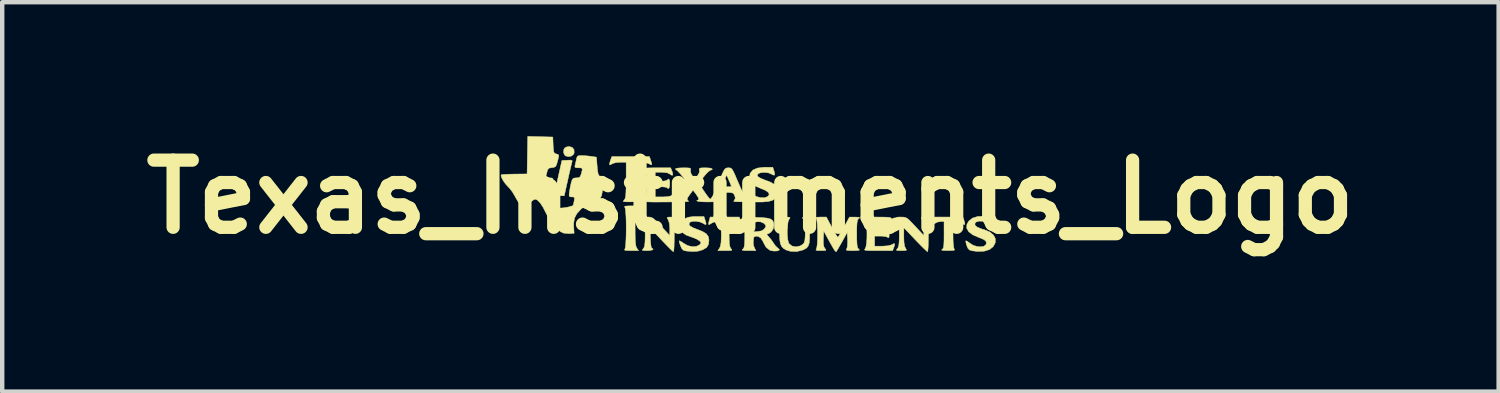
<source format=kicad_pcb>
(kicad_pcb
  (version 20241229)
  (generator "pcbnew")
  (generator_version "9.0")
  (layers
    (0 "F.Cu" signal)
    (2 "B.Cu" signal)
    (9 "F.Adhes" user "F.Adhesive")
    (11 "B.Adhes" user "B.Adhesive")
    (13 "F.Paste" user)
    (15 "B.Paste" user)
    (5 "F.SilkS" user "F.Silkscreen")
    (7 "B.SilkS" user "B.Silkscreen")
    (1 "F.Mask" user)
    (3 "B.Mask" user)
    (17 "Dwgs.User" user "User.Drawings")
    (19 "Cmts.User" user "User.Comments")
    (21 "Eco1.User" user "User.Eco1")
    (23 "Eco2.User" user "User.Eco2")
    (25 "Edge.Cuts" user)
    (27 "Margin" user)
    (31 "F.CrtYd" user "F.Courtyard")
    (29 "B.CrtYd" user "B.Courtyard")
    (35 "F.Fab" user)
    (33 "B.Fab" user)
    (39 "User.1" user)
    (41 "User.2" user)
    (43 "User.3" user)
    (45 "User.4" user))
  (footprint "Texas_Instruments_Logo"
    (layer "F.Cu")
    (at 13.977 1.418)
    (property "Reference" "Texas_Instruments_Logo" (at 0 0 0) (layer "F.SilkS") (effects (font (size 1.524 1.524) (thickness 0.3))))
    (attr through_hole)
    (fp_poly (pts (xy -4.041 -1.122) (xy -4.002 -1.07) (xy -3.999 -1) (xy -4.011 -0.968) (xy -4.059 -0.928) (xy -4.127 -0.914) (xy -4.192 -0.93) (xy -4.211 -0.945) (xy -4.239 -1.003) (xy -4.235 -1.072) (xy -4.211 -1.113) (xy -4.165 -1.135) (xy -4.109 -1.143) (xy -4.041 -1.122)) (stroke (width 0.01) (type solid)) (fill yes) (layer "F.SilkS"))
    (fp_poly (pts (xy -4.046 -0.825) (xy -4.044 -0.808) (xy -4.054 -0.772) (xy -4.072 -0.697) (xy -4.097 -0.591) (xy -4.126 -0.464) (xy -4.14 -0.4) (xy -4.224 -0.025) (xy -4.334 -0.025) (xy -4.412 -0.032) (xy -4.443 -0.052) (xy -4.444 -0.057) (xy -4.438 -0.092) (xy -4.423 -0.167) (xy -4.401 -0.272) (xy -4.373 -0.398) (xy -4.36 -0.457) (xy -4.277 -0.826) (xy -4.155 -0.833) (xy -4.079 -0.835) (xy -4.046 -0.825)) (stroke (width 0.01) (type solid)) (fill yes) (layer "F.SilkS"))
    (fp_poly (pts (xy -2.577 0.26) (xy -2.592 0.292) (xy -2.604 0.343) (xy -2.611 0.419) (xy -2.615 0.529) (xy -2.616 0.68) (xy -2.616 0.711) (xy -2.615 0.871) (xy -2.612 0.987) (xy -2.605 1.069) (xy -2.595 1.123) (xy -2.58 1.158) (xy -2.577 1.163) (xy -2.537 1.219) (xy -2.709 1.219) (xy -2.8 1.217) (xy -2.847 1.211) (xy -2.856 1.198) (xy -2.85 1.189) (xy -2.838 1.152) (xy -2.829 1.075) (xy -2.823 0.968) (xy -2.819 0.84) (xy -2.818 0.703) (xy -2.819 0.567) (xy -2.823 0.441) (xy -2.83 0.337) (xy -2.839 0.264) (xy -2.85 0.234) (xy -2.856 0.217) (xy -2.827 0.208) (xy -2.758 0.204) (xy -2.709 0.203) (xy -2.537 0.203) (xy -2.577 0.26)) (stroke (width 0.01) (type solid)) (fill yes) (layer "F.SilkS"))
    (fp_poly (pts (xy 4.849 0.538) (xy 4.866 0.605) (xy 4.857 0.631) (xy 4.821 0.614) (xy 4.805 0.601) (xy 4.746 0.57) (xy 4.678 0.559) (xy 4.597 0.559) (xy 4.597 0.859) (xy 4.6 1.016) (xy 4.609 1.124) (xy 4.623 1.182) (xy 4.628 1.189) (xy 4.633 1.205) (xy 4.605 1.214) (xy 4.536 1.218) (xy 4.482 1.218) (xy 4.391 1.216) (xy 4.345 1.21) (xy 4.34 1.198) (xy 4.35 1.192) (xy 4.369 1.174) (xy 4.382 1.143) (xy 4.389 1.088) (xy 4.393 1.001) (xy 4.394 0.873) (xy 4.394 0.862) (xy 4.394 0.559) (xy 4.314 0.559) (xy 4.241 0.572) (xy 4.186 0.601) (xy 4.143 0.631) (xy 4.125 0.617) (xy 4.135 0.562) (xy 4.143 0.538) (xy 4.171 0.457) (xy 4.821 0.457) (xy 4.849 0.538)) (stroke (width 0.01) (type solid)) (fill yes) (layer "F.SilkS"))
    (fp_poly (pts (xy -0.228 0.522) (xy -0.206 0.592) (xy -0.212 0.621) (xy -0.245 0.612) (xy -0.266 0.6) (xy -0.339 0.569) (xy -0.406 0.559) (xy -0.483 0.559) (xy -0.483 0.843) (xy -0.481 0.974) (xy -0.476 1.065) (xy -0.466 1.124) (xy -0.449 1.162) (xy -0.441 1.173) (xy -0.421 1.197) (xy -0.425 1.211) (xy -0.46 1.217) (xy -0.535 1.219) (xy -0.569 1.219) (xy -0.739 1.219) (xy -0.7 1.163) (xy -0.679 1.114) (xy -0.666 1.035) (xy -0.661 0.917) (xy -0.66 0.873) (xy -0.662 0.765) (xy -0.666 0.674) (xy -0.673 0.613) (xy -0.676 0.599) (xy -0.712 0.568) (xy -0.775 0.561) (xy -0.847 0.578) (xy -0.885 0.599) (xy -0.932 0.628) (xy -0.95 0.622) (xy -0.945 0.577) (xy -0.935 0.54) (xy -0.913 0.457) (xy -0.253 0.457) (xy -0.228 0.522)) (stroke (width 0.01) (type solid)) (fill yes) (layer "F.SilkS"))
    (fp_poly (pts (xy -2.263 -0.834) (xy -2.24 -0.76) (xy -2.24 -0.728) (xy -2.265 -0.731) (xy -2.292 -0.748) (xy -2.358 -0.774) (xy -2.454 -0.787) (xy -2.482 -0.787) (xy -2.616 -0.787) (xy -2.616 -0.389) (xy -2.615 -0.234) (xy -2.613 -0.121) (xy -2.607 -0.042) (xy -2.598 0.009) (xy -2.584 0.042) (xy -2.574 0.055) (xy -2.551 0.091) (xy -2.555 0.104) (xy -2.615 0.109) (xy -2.693 0.112) (xy -2.775 0.112) (xy -2.842 0.111) (xy -2.88 0.108) (xy -2.882 0.106) (xy -2.876 0.083) (xy -2.856 0.059) (xy -2.842 0.034) (xy -2.831 -0.013) (xy -2.825 -0.087) (xy -2.821 -0.197) (xy -2.819 -0.35) (xy -2.819 -0.383) (xy -2.819 -0.787) (xy -2.953 -0.787) (xy -3.054 -0.779) (xy -3.13 -0.756) (xy -3.144 -0.748) (xy -3.184 -0.726) (xy -3.198 -0.736) (xy -3.189 -0.785) (xy -3.173 -0.834) (xy -3.145 -0.914) (xy -2.718 -0.914) (xy -2.291 -0.914) (xy -2.263 -0.834)) (stroke (width 0.01) (type solid)) (fill yes) (layer "F.SilkS"))
    (fp_poly (pts (xy 0.536 -0.589) (xy 0.553 -0.519) (xy 0.543 -0.492) (xy 0.503 -0.503) (xy 0.474 -0.52) (xy 0.409 -0.546) (xy 0.329 -0.556) (xy 0.249 -0.552) (xy 0.187 -0.534) (xy 0.157 -0.502) (xy 0.157 -0.502) (xy 0.161 -0.475) (xy 0.187 -0.448) (xy 0.243 -0.418) (xy 0.336 -0.38) (xy 0.441 -0.342) (xy 0.544 -0.286) (xy 0.606 -0.206) (xy 0.621 -0.109) (xy 0.613 -0.063) (xy 0.577 0.016) (xy 0.514 0.07) (xy 0.417 0.102) (xy 0.279 0.115) (xy 0.237 0.115) (xy 0.022 0.116) (xy -0.015 0.03) (xy -0.045 -0.055) (xy -0.049 -0.098) (xy -0.023 -0.101) (xy 0.032 -0.066) (xy 0.038 -0.062) (xy 0.132 -0.009) (xy 0.235 0.018) (xy 0.329 0.017) (xy 0.394 -0.009) (xy 0.427 -0.054) (xy 0.41 -0.1) (xy 0.343 -0.148) (xy 0.226 -0.197) (xy 0.102 -0.251) (xy 0.024 -0.308) (xy -0.016 -0.377) (xy -0.025 -0.441) (xy -0.004 -0.539) (xy 0.057 -0.61) (xy 0.158 -0.654) (xy 0.303 -0.672) (xy 0.337 -0.672) (xy 0.508 -0.673) (xy 0.536 -0.589)) (stroke (width 0.01) (type solid)) (fill yes) (layer "F.SilkS"))
    (fp_poly (pts (xy 5.391 0.448) (xy 5.435 0.465) (xy 5.46 0.499) (xy 5.477 0.543) (xy 5.496 0.601) (xy 5.502 0.633) (xy 5.501 0.635) (xy 5.475 0.626) (xy 5.418 0.602) (xy 5.378 0.584) (xy 5.279 0.553) (xy 5.19 0.549) (xy 5.123 0.569) (xy 5.094 0.603) (xy 5.098 0.645) (xy 5.145 0.685) (xy 5.238 0.724) (xy 5.312 0.746) (xy 5.434 0.797) (xy 5.517 0.867) (xy 5.559 0.95) (xy 5.556 1.04) (xy 5.511 1.126) (xy 5.425 1.194) (xy 5.304 1.232) (xy 5.151 1.237) (xy 5.032 1.222) (xy 4.971 1.203) (xy 4.934 1.163) (xy 4.911 1.107) (xy 4.892 1.043) (xy 4.887 1.002) (xy 4.888 0.996) (xy 4.913 1.003) (xy 4.96 1.035) (xy 4.976 1.048) (xy 5.056 1.098) (xy 5.144 1.126) (xy 5.229 1.133) (xy 5.3 1.119) (xy 5.345 1.084) (xy 5.355 1.035) (xy 5.339 0.999) (xy 5.298 0.968) (xy 5.221 0.934) (xy 5.182 0.92) (xy 5.044 0.859) (xy 4.952 0.788) (xy 4.908 0.709) (xy 4.913 0.624) (xy 4.953 0.551) (xy 5.04 0.481) (xy 5.163 0.443) (xy 5.312 0.44) (xy 5.391 0.448)) (stroke (width 0.01) (type solid)) (fill yes) (layer "F.SilkS"))
    (fp_poly (pts (xy -1.025 0.533) (xy -1.006 0.602) (xy -1.009 0.628) (xy -1.041 0.619) (xy -1.075 0.598) (xy -1.143 0.569) (xy -1.227 0.554) (xy -1.308 0.554) (xy -1.366 0.571) (xy -1.375 0.577) (xy -1.395 0.62) (xy -1.367 0.662) (xy -1.291 0.705) (xy -1.212 0.735) (xy -1.085 0.785) (xy -1.001 0.837) (xy -0.955 0.899) (xy -0.94 0.975) (xy -0.94 0.981) (xy -0.952 1.08) (xy -0.993 1.147) (xy -1.075 1.196) (xy -1.092 1.203) (xy -1.188 1.231) (xy -1.299 1.239) (xy -1.441 1.229) (xy -1.464 1.226) (xy -1.519 1.211) (xy -1.556 1.173) (xy -1.584 1.112) (xy -1.607 1.046) (xy -1.616 1.004) (xy -1.614 0.996) (xy -1.59 1.004) (xy -1.54 1.035) (xy -1.512 1.055) (xy -1.419 1.106) (xy -1.317 1.129) (xy -1.223 1.123) (xy -1.153 1.087) (xy -1.151 1.086) (xy -1.122 1.05) (xy -1.129 1.023) (xy -1.157 0.995) (xy -1.208 0.962) (xy -1.289 0.927) (xy -1.349 0.906) (xy -1.462 0.864) (xy -1.532 0.815) (xy -1.565 0.75) (xy -1.57 0.663) (xy -1.57 0.659) (xy -1.55 0.565) (xy -1.5 0.501) (xy -1.417 0.462) (xy -1.293 0.446) (xy -1.236 0.445) (xy -1.054 0.445) (xy -1.025 0.533)) (stroke (width 0.01) (type solid)) (fill yes) (layer "F.SilkS"))
    (fp_poly (pts (xy -1.778 -0.583) (xy -1.759 -0.518) (xy -1.768 -0.489) (xy -1.804 -0.5) (xy -1.824 -0.517) (xy -1.887 -0.547) (xy -1.99 -0.558) (xy -2.015 -0.559) (xy -2.159 -0.559) (xy -2.159 -0.356) (xy -2.034 -0.356) (xy -1.958 -0.36) (xy -1.905 -0.372) (xy -1.892 -0.381) (xy -1.86 -0.405) (xy -1.853 -0.406) (xy -1.837 -0.385) (xy -1.83 -0.332) (xy -1.831 -0.269) (xy -1.84 -0.215) (xy -1.854 -0.191) (xy -1.878 -0.193) (xy -1.88 -0.202) (xy -1.903 -0.217) (xy -1.965 -0.227) (xy -2.019 -0.229) (xy -2.159 -0.229) (xy -2.159 0) (xy -1.99 0) (xy -1.879 -0.005) (xy -1.807 -0.022) (xy -1.773 -0.042) (xy -1.73 -0.072) (xy -1.712 -0.059) (xy -1.721 -0.006) (xy -1.734 0.029) (xy -1.769 0.114) (xy -2.079 0.116) (xy -2.199 0.116) (xy -2.299 0.114) (xy -2.37 0.11) (xy -2.4 0.106) (xy -2.4 0.106) (xy -2.398 0.079) (xy -2.389 0.065) (xy -2.376 0.024) (xy -2.366 -0.055) (xy -2.36 -0.159) (xy -2.358 -0.276) (xy -2.359 -0.394) (xy -2.364 -0.498) (xy -2.373 -0.578) (xy -2.386 -0.62) (xy -2.386 -0.62) (xy -2.396 -0.637) (xy -2.386 -0.649) (xy -2.351 -0.656) (xy -2.282 -0.659) (xy -2.173 -0.66) (xy -2.114 -0.66) (xy -1.81 -0.66) (xy -1.778 -0.583)) (stroke (width 0.01) (type solid)) (fill yes) (layer "F.SilkS"))
    (fp_poly (pts (xy 3.008 0.458) (xy 3.098 0.46) (xy 3.154 0.465) (xy 3.186 0.475) (xy 3.202 0.492) (xy 3.21 0.514) (xy 3.225 0.587) (xy 3.219 0.618) (xy 3.19 0.611) (xy 3.169 0.598) (xy 3.099 0.572) (xy 2.994 0.559) (xy 2.966 0.559) (xy 2.819 0.559) (xy 2.819 0.762) (xy 2.959 0.762) (xy 3.036 0.758) (xy 3.086 0.747) (xy 3.099 0.737) (xy 3.118 0.712) (xy 3.124 0.711) (xy 3.139 0.734) (xy 3.148 0.792) (xy 3.15 0.831) (xy 3.147 0.901) (xy 3.137 0.928) (xy 3.119 0.919) (xy 3.078 0.902) (xy 3.005 0.891) (xy 2.954 0.889) (xy 2.819 0.889) (xy 2.819 1.118) (xy 2.992 1.118) (xy 3.124 1.109) (xy 3.209 1.085) (xy 3.22 1.078) (xy 3.262 1.057) (xy 3.275 1.072) (xy 3.261 1.128) (xy 3.252 1.154) (xy 3.227 1.219) (xy 2.894 1.219) (xy 2.76 1.219) (xy 2.669 1.217) (xy 2.615 1.212) (xy 2.592 1.204) (xy 2.591 1.191) (xy 2.602 1.179) (xy 2.622 1.133) (xy 2.636 1.049) (xy 2.644 0.941) (xy 2.645 0.822) (xy 2.641 0.705) (xy 2.63 0.603) (xy 2.613 0.53) (xy 2.6 0.504) (xy 2.585 0.484) (xy 2.585 0.471) (xy 2.609 0.463) (xy 2.663 0.459) (xy 2.753 0.457) (xy 2.876 0.457) (xy 3.008 0.458)) (stroke (width 0.01) (type solid)) (fill yes) (layer "F.SilkS"))
    (fp_poly (pts (xy 3.474 0.458) (xy 3.517 0.466) (xy 3.557 0.487) (xy 3.606 0.527) (xy 3.671 0.594) (xy 3.739 0.666) (xy 3.935 0.876) (xy 3.936 0.723) (xy 3.928 0.603) (xy 3.903 0.522) (xy 3.897 0.514) (xy 3.877 0.481) (xy 3.88 0.464) (xy 3.917 0.458) (xy 3.99 0.457) (xy 4.066 0.458) (xy 4.1 0.465) (xy 4.1 0.481) (xy 4.081 0.504) (xy 4.063 0.531) (xy 4.051 0.574) (xy 4.044 0.641) (xy 4.04 0.741) (xy 4.039 0.881) (xy 4.039 0.897) (xy 4.037 1.023) (xy 4.034 1.129) (xy 4.028 1.205) (xy 4.022 1.242) (xy 4.02 1.244) (xy 3.996 1.226) (xy 3.945 1.178) (xy 3.872 1.106) (xy 3.784 1.016) (xy 3.741 0.971) (xy 3.482 0.699) (xy 3.481 0.902) (xy 3.485 1.029) (xy 3.498 1.114) (xy 3.519 1.163) (xy 3.54 1.196) (xy 3.536 1.212) (xy 3.499 1.218) (xy 3.427 1.219) (xy 3.351 1.218) (xy 3.317 1.212) (xy 3.317 1.196) (xy 3.336 1.173) (xy 3.355 1.142) (xy 3.368 1.093) (xy 3.375 1.017) (xy 3.378 0.904) (xy 3.378 0.838) (xy 3.377 0.705) (xy 3.372 0.614) (xy 3.362 0.554) (xy 3.346 0.516) (xy 3.336 0.504) (xy 3.315 0.476) (xy 3.321 0.462) (xy 3.363 0.457) (xy 3.419 0.457) (xy 3.474 0.458)) (stroke (width 0.01) (type solid)) (fill yes) (layer "F.SilkS"))
    (fp_poly (pts (xy -2.292 0.457) (xy -2.249 0.465) (xy -2.209 0.485) (xy -2.161 0.526) (xy -2.096 0.592) (xy -2.026 0.666) (xy -1.83 0.876) (xy -1.829 0.723) (xy -1.838 0.604) (xy -1.862 0.524) (xy -1.868 0.514) (xy -1.889 0.481) (xy -1.885 0.464) (xy -1.849 0.458) (xy -1.776 0.457) (xy -1.7 0.458) (xy -1.666 0.465) (xy -1.666 0.481) (xy -1.685 0.504) (xy -1.703 0.531) (xy -1.715 0.574) (xy -1.722 0.641) (xy -1.726 0.741) (xy -1.727 0.881) (xy -1.727 0.897) (xy -1.729 1.023) (xy -1.732 1.129) (xy -1.737 1.205) (xy -1.744 1.242) (xy -1.746 1.244) (xy -1.77 1.226) (xy -1.821 1.178) (xy -1.893 1.105) (xy -1.98 1.015) (xy -2.02 0.973) (xy -2.274 0.703) (xy -2.27 0.929) (xy -2.264 1.042) (xy -2.254 1.122) (xy -2.241 1.161) (xy -2.237 1.163) (xy -2.206 1.183) (xy -2.219 1.201) (xy -2.268 1.214) (xy -2.341 1.219) (xy -2.416 1.218) (xy -2.449 1.212) (xy -2.448 1.195) (xy -2.43 1.173) (xy -2.41 1.142) (xy -2.398 1.093) (xy -2.391 1.017) (xy -2.388 0.904) (xy -2.388 0.838) (xy -2.389 0.705) (xy -2.394 0.614) (xy -2.404 0.554) (xy -2.42 0.516) (xy -2.43 0.504) (xy -2.451 0.476) (xy -2.445 0.462) (xy -2.402 0.457) (xy -2.347 0.456) (xy -2.292 0.457)) (stroke (width 0.01) (type solid)) (fill yes) (layer "F.SilkS"))
    (fp_poly (pts (xy 1.372 0.458) (xy 1.407 0.465) (xy 1.407 0.48) (xy 1.388 0.504) (xy 1.368 0.537) (xy 1.355 0.589) (xy 1.348 0.672) (xy 1.345 0.793) (xy 1.345 0.815) (xy 1.343 0.951) (xy 1.334 1.047) (xy 1.313 1.111) (xy 1.278 1.156) (xy 1.224 1.189) (xy 1.186 1.206) (xy 1.05 1.24) (xy 0.91 1.234) (xy 0.822 1.208) (xy 0.754 1.171) (xy 0.708 1.123) (xy 0.679 1.055) (xy 0.665 0.957) (xy 0.66 0.82) (xy 0.66 0.803) (xy 0.659 0.678) (xy 0.652 0.593) (xy 0.639 0.538) (xy 0.619 0.504) (xy 0.618 0.504) (xy 0.599 0.479) (xy 0.603 0.465) (xy 0.638 0.459) (xy 0.712 0.457) (xy 0.749 0.457) (xy 0.84 0.458) (xy 0.887 0.462) (xy 0.901 0.473) (xy 0.889 0.494) (xy 0.88 0.504) (xy 0.857 0.556) (xy 0.843 0.643) (xy 0.836 0.75) (xy 0.837 0.861) (xy 0.847 0.962) (xy 0.865 1.038) (xy 0.876 1.059) (xy 0.943 1.114) (xy 1.032 1.133) (xy 1.126 1.113) (xy 1.138 1.107) (xy 1.185 1.079) (xy 1.216 1.045) (xy 1.234 0.994) (xy 1.242 0.917) (xy 1.245 0.801) (xy 1.245 0.768) (xy 1.242 0.65) (xy 1.233 0.572) (xy 1.216 0.522) (xy 1.203 0.504) (xy 1.182 0.477) (xy 1.187 0.463) (xy 1.228 0.458) (xy 1.295 0.457) (xy 1.372 0.458)) (stroke (width 0.01) (type solid)) (fill yes) (layer "F.SilkS"))
    (fp_poly (pts (xy 1.846 0.686) (xy 1.899 0.781) (xy 1.943 0.857) (xy 1.973 0.904) (xy 1.983 0.914) (xy 2.001 0.893) (xy 2.037 0.837) (xy 2.085 0.755) (xy 2.123 0.686) (xy 2.248 0.458) (xy 2.375 0.458) (xy 2.447 0.46) (xy 2.477 0.467) (xy 2.47 0.482) (xy 2.457 0.493) (xy 2.438 0.514) (xy 2.426 0.548) (xy 2.418 0.606) (xy 2.414 0.696) (xy 2.413 0.827) (xy 2.413 0.838) (xy 2.414 0.972) (xy 2.418 1.065) (xy 2.425 1.125) (xy 2.437 1.161) (xy 2.456 1.183) (xy 2.457 1.184) (xy 2.475 1.202) (xy 2.463 1.212) (xy 2.415 1.217) (xy 2.327 1.218) (xy 2.236 1.217) (xy 2.188 1.212) (xy 2.174 1.2) (xy 2.183 1.183) (xy 2.199 1.136) (xy 2.206 1.049) (xy 2.205 0.977) (xy 2.197 0.806) (xy 2.075 1.026) (xy 2.023 1.118) (xy 1.98 1.191) (xy 1.952 1.236) (xy 1.945 1.245) (xy 1.924 1.228) (xy 1.912 1.213) (xy 1.889 1.177) (xy 1.849 1.109) (xy 1.799 1.021) (xy 1.776 0.978) (xy 1.664 0.775) (xy 1.656 0.949) (xy 1.655 1.053) (xy 1.664 1.119) (xy 1.685 1.163) (xy 1.692 1.171) (xy 1.714 1.199) (xy 1.709 1.213) (xy 1.67 1.218) (xy 1.599 1.219) (xy 1.522 1.217) (xy 1.488 1.208) (xy 1.491 1.191) (xy 1.494 1.189) (xy 1.507 1.15) (xy 1.517 1.073) (xy 1.523 0.97) (xy 1.525 0.853) (xy 1.524 0.735) (xy 1.519 0.627) (xy 1.51 0.542) (xy 1.497 0.493) (xy 1.494 0.488) (xy 1.486 0.47) (xy 1.515 0.46) (xy 1.587 0.457) (xy 1.594 0.457) (xy 1.724 0.457) (xy 1.846 0.686)) (stroke (width 0.01) (type solid)) (fill yes) (layer "F.SilkS"))
    (fp_poly (pts (xy 0.059 0.462) (xy 0.105 0.463) (xy 0.264 0.469) (xy 0.379 0.481) (xy 0.457 0.502) (xy 0.504 0.535) (xy 0.527 0.584) (xy 0.533 0.65) (xy 0.533 0.651) (xy 0.516 0.727) (xy 0.471 0.794) (xy 0.412 0.834) (xy 0.385 0.838) (xy 0.374 0.852) (xy 0.404 0.893) (xy 0.418 0.908) (xy 0.475 0.974) (xy 0.52 1.041) (xy 0.523 1.046) (xy 0.568 1.11) (xy 0.614 1.154) (xy 0.651 1.186) (xy 0.659 1.204) (xy 0.608 1.226) (xy 0.532 1.229) (xy 0.454 1.214) (xy 0.439 1.208) (xy 0.358 1.144) (xy 0.318 1.076) (xy 0.281 1.002) (xy 0.243 0.942) (xy 0.236 0.934) (xy 0.185 0.899) (xy 0.129 0.89) (xy 0.086 0.906) (xy 0.073 0.933) (xy 0.068 0.996) (xy 0.064 1.035) (xy 0.071 1.1) (xy 0.091 1.155) (xy 0.124 1.219) (xy -0.046 1.218) (xy -0.134 1.217) (xy -0.179 1.211) (xy -0.188 1.201) (xy -0.171 1.184) (xy -0.152 1.163) (xy -0.14 1.128) (xy -0.132 1.07) (xy -0.128 0.98) (xy -0.127 0.85) (xy -0.127 0.838) (xy -0.127 0.787) (xy 0.048 0.787) (xy 0.151 0.787) (xy 0.253 0.77) (xy 0.305 0.737) (xy 0.347 0.685) (xy 0.348 0.645) (xy 0.308 0.599) (xy 0.307 0.599) (xy 0.234 0.566) (xy 0.161 0.563) (xy 0.1 0.572) (xy 0.07 0.592) (xy 0.059 0.641) (xy 0.056 0.679) (xy 0.048 0.787) (xy -0.127 0.787) (xy -0.128 0.704) (xy -0.132 0.611) (xy -0.139 0.551) (xy -0.152 0.515) (xy -0.17 0.492) (xy -0.171 0.491) (xy -0.184 0.477) (xy -0.174 0.467) (xy -0.134 0.462) (xy -0.059 0.461) (xy 0.059 0.462)) (stroke (width 0.01) (type solid)) (fill yes) (layer "F.SilkS"))
    (fp_poly (pts (xy -4.768 -1.366) (xy -4.483 -1.359) (xy -4.476 -1.175) (xy -4.47 -1.079) (xy -4.462 -1.023) (xy -4.446 -0.993) (xy -4.418 -0.979) (xy -4.406 -0.975) (xy -4.369 -0.965) (xy -4.351 -0.951) (xy -4.35 -0.919) (xy -4.364 -0.857) (xy -4.379 -0.8) (xy -4.401 -0.725) (xy -4.425 -0.686) (xy -4.463 -0.67) (xy -4.502 -0.665) (xy -4.567 -0.653) (xy -4.599 -0.62) (xy -4.609 -0.589) (xy -4.626 -0.521) (xy -4.638 -0.476) (xy -4.638 -0.446) (xy -4.607 -0.434) (xy -4.561 -0.432) (xy -4.511 -0.43) (xy -4.483 -0.417) (xy -4.475 -0.385) (xy -4.483 -0.323) (xy -4.507 -0.222) (xy -4.508 -0.216) (xy -4.538 -0.068) (xy -4.545 0.043) (xy -4.529 0.125) (xy -4.489 0.187) (xy -4.484 0.192) (xy -4.422 0.236) (xy -4.342 0.253) (xy -4.31 0.254) (xy -4.229 0.247) (xy -4.137 0.231) (xy -4.058 0.209) (xy -4.022 0.193) (xy -4.015 0.169) (xy -4.003 0.113) (xy -4 0.095) (xy -3.991 0.033) (xy -4.001 0.006) (xy -4.038 0.000107) (xy -4.052 0) (xy -4.094 -0.003) (xy -4.112 -0.02) (xy -4.112 -0.065) (xy -4.106 -0.118) (xy -4.089 -0.216) (xy -4.068 -0.313) (xy -4.063 -0.334) (xy -4.041 -0.397) (xy -4.012 -0.425) (xy -3.958 -0.432) (xy -3.95 -0.432) (xy -3.892 -0.437) (xy -3.86 -0.463) (xy -3.838 -0.523) (xy -3.837 -0.527) (xy -3.817 -0.604) (xy -3.817 -0.643) (xy -3.842 -0.658) (xy -3.898 -0.66) (xy -3.902 -0.66) (xy -3.962 -0.663) (xy -3.983 -0.68) (xy -3.978 -0.721) (xy -3.977 -0.727) (xy -3.958 -0.805) (xy -3.945 -0.867) (xy -3.931 -0.913) (xy -3.902 -0.934) (xy -3.842 -0.938) (xy -3.826 -0.938) (xy -3.73 -0.933) (xy -3.626 -0.922) (xy -3.607 -0.919) (xy -3.493 -0.902) (xy -3.478 -0.701) (xy -3.468 -0.594) (xy -3.455 -0.525) (xy -3.433 -0.481) (xy -3.408 -0.456) (xy -3.374 -0.418) (xy -3.357 -0.363) (xy -3.353 -0.275) (xy -3.353 -0.272) (xy -3.359 -0.128) (xy -3.376 -0.029) (xy -3.407 0.028) (xy -3.437 0.045) (xy -3.511 0.074) (xy -3.608 0.122) (xy -3.709 0.181) (xy -3.797 0.239) (xy -3.844 0.276) (xy -3.937 0.378) (xy -3.99 0.478) (xy -4.01 0.592) (xy -4.009 0.667) (xy -4 0.826) (xy -4.115 0.832) (xy -4.235 0.822) (xy -4.305 0.791) (xy -4.431 0.688) (xy -4.541 0.548) (xy -4.634 0.374) (xy -4.704 0.236) (xy -4.772 0.133) (xy -4.835 0.07) (xy -4.883 0.051) (xy -4.921 0.067) (xy -4.977 0.107) (xy -5 0.127) (xy -5.078 0.186) (xy -5.146 0.204) (xy -5.208 0.18) (xy -5.27 0.111) (xy -5.337 -0.004) (xy -5.344 -0.019) (xy -5.398 -0.11) (xy -5.463 -0.195) (xy -5.498 -0.231) (xy -5.554 -0.292) (xy -5.605 -0.363) (xy -5.642 -0.431) (xy -5.658 -0.483) (xy -5.654 -0.501) (xy -5.624 -0.507) (xy -5.555 -0.512) (xy -5.456 -0.516) (xy -5.354 -0.518) (xy -5.067 -0.521) (xy -5.06 -0.947) (xy -5.053 -1.373) (xy -4.768 -1.366)) (stroke (width 0.01) (type solid)) (fill yes) (layer "F.SilkS"))
    (fp_poly (pts (xy -1.429 -0.659) (xy -1.377 -0.654) (xy -1.356 -0.642) (xy -1.356 -0.619) (xy -1.359 -0.61) (xy -1.354 -0.546) (xy -1.319 -0.48) (xy -1.263 -0.402) (xy -1.203 -0.474) (xy -1.159 -0.551) (xy -1.156 -0.603) (xy -1.16 -0.635) (xy -1.146 -0.652) (xy -1.104 -0.659) (xy -1.021 -0.66) (xy -1.016 -0.66) (xy -0.929 -0.656) (xy -0.876 -0.644) (xy -0.862 -0.627) (xy -0.892 -0.609) (xy -0.911 -0.603) (xy -0.95 -0.577) (xy -1.005 -0.522) (xy -1.065 -0.45) (xy -1.171 -0.309) (xy -1.052 -0.129) (xy -0.995 -0.047) (xy -0.948 0.015) (xy -0.917 0.048) (xy -0.911 0.051) (xy -0.887 0.029) (xy -0.851 -0.028) (xy -0.81 -0.11) (xy -0.769 -0.203) (xy -0.748 -0.259) (xy -0.629 -0.259) (xy -0.608 -0.236) (xy -0.553 -0.229) (xy -0.533 -0.229) (xy -0.47 -0.231) (xy -0.434 -0.237) (xy -0.432 -0.239) (xy -0.441 -0.266) (xy -0.465 -0.325) (xy -0.486 -0.373) (xy -0.539 -0.495) (xy -0.585 -0.394) (xy -0.621 -0.309) (xy -0.629 -0.259) (xy -0.748 -0.259) (xy -0.747 -0.261) (xy -0.716 -0.341) (xy -0.675 -0.441) (xy -0.644 -0.511) (xy -0.605 -0.593) (xy -0.575 -0.637) (xy -0.541 -0.657) (xy -0.497 -0.66) (xy -0.464 -0.659) (xy -0.438 -0.649) (xy -0.413 -0.624) (xy -0.385 -0.576) (xy -0.349 -0.498) (xy -0.3 -0.382) (xy -0.28 -0.337) (xy -0.227 -0.213) (xy -0.176 -0.104) (xy -0.133 -0.018) (xy -0.102 0.034) (xy -0.098 0.04) (xy -0.063 0.082) (xy -0.051 0.104) (xy -0.073 0.108) (xy -0.131 0.11) (xy -0.206 0.111) (xy -0.284 0.11) (xy -0.348 0.107) (xy -0.378 0.104) (xy -0.372 0.086) (xy -0.358 0.066) (xy -0.342 0.024) (xy -0.359 -0.035) (xy -0.359 -0.035) (xy -0.38 -0.072) (xy -0.41 -0.092) (xy -0.463 -0.1) (xy -0.547 -0.102) (xy -0.642 -0.098) (xy -0.696 -0.086) (xy -0.72 -0.064) (xy -0.721 -0.061) (xy -0.736 0.003) (xy -0.73 0.055) (xy -0.707 0.076) (xy -0.707 0.076) (xy -0.691 0.087) (xy -0.695 0.094) (xy -0.729 0.103) (xy -0.799 0.11) (xy -0.891 0.113) (xy -0.992 0.114) (xy -1.086 0.111) (xy -1.161 0.106) (xy -1.2 0.097) (xy -1.201 0.097) (xy -1.219 0.08) (xy -1.2 0.077) (xy -1.171 0.061) (xy -1.182 0.016) (xy -1.231 -0.06) (xy -1.235 -0.066) (xy -1.302 -0.153) (xy -1.379 -0.049) (xy -1.423 0.016) (xy -1.436 0.054) (xy -1.423 0.076) (xy -1.42 0.078) (xy -1.402 0.099) (xy -1.41 0.105) (xy -1.441 0.107) (xy -1.502 0.109) (xy -1.576 0.112) (xy -1.644 0.114) (xy -1.691 0.114) (xy -1.702 0.114) (xy -1.686 0.096) (xy -1.643 0.051) (xy -1.582 -0.014) (xy -1.564 -0.033) (xy -1.496 -0.109) (xy -1.441 -0.177) (xy -1.411 -0.224) (xy -1.409 -0.23) (xy -1.411 -0.271) (xy -1.442 -0.332) (xy -1.504 -0.419) (xy -1.524 -0.445) (xy -1.587 -0.521) (xy -1.64 -0.578) (xy -1.673 -0.608) (xy -1.679 -0.61) (xy -1.701 -0.629) (xy -1.702 -0.635) (xy -1.678 -0.648) (xy -1.615 -0.657) (xy -1.524 -0.66) (xy -1.522 -0.66) (xy -1.429 -0.659)) (stroke (width 0.01) (type solid)) (fill yes) (layer "F.SilkS")))
  (gr_rect
    (start -3 -3)
    (end 30.955 5.836)
    (stroke (width 0.1) (type default))
    (fill no)
    (layer "Edge.Cuts")))
</source>
